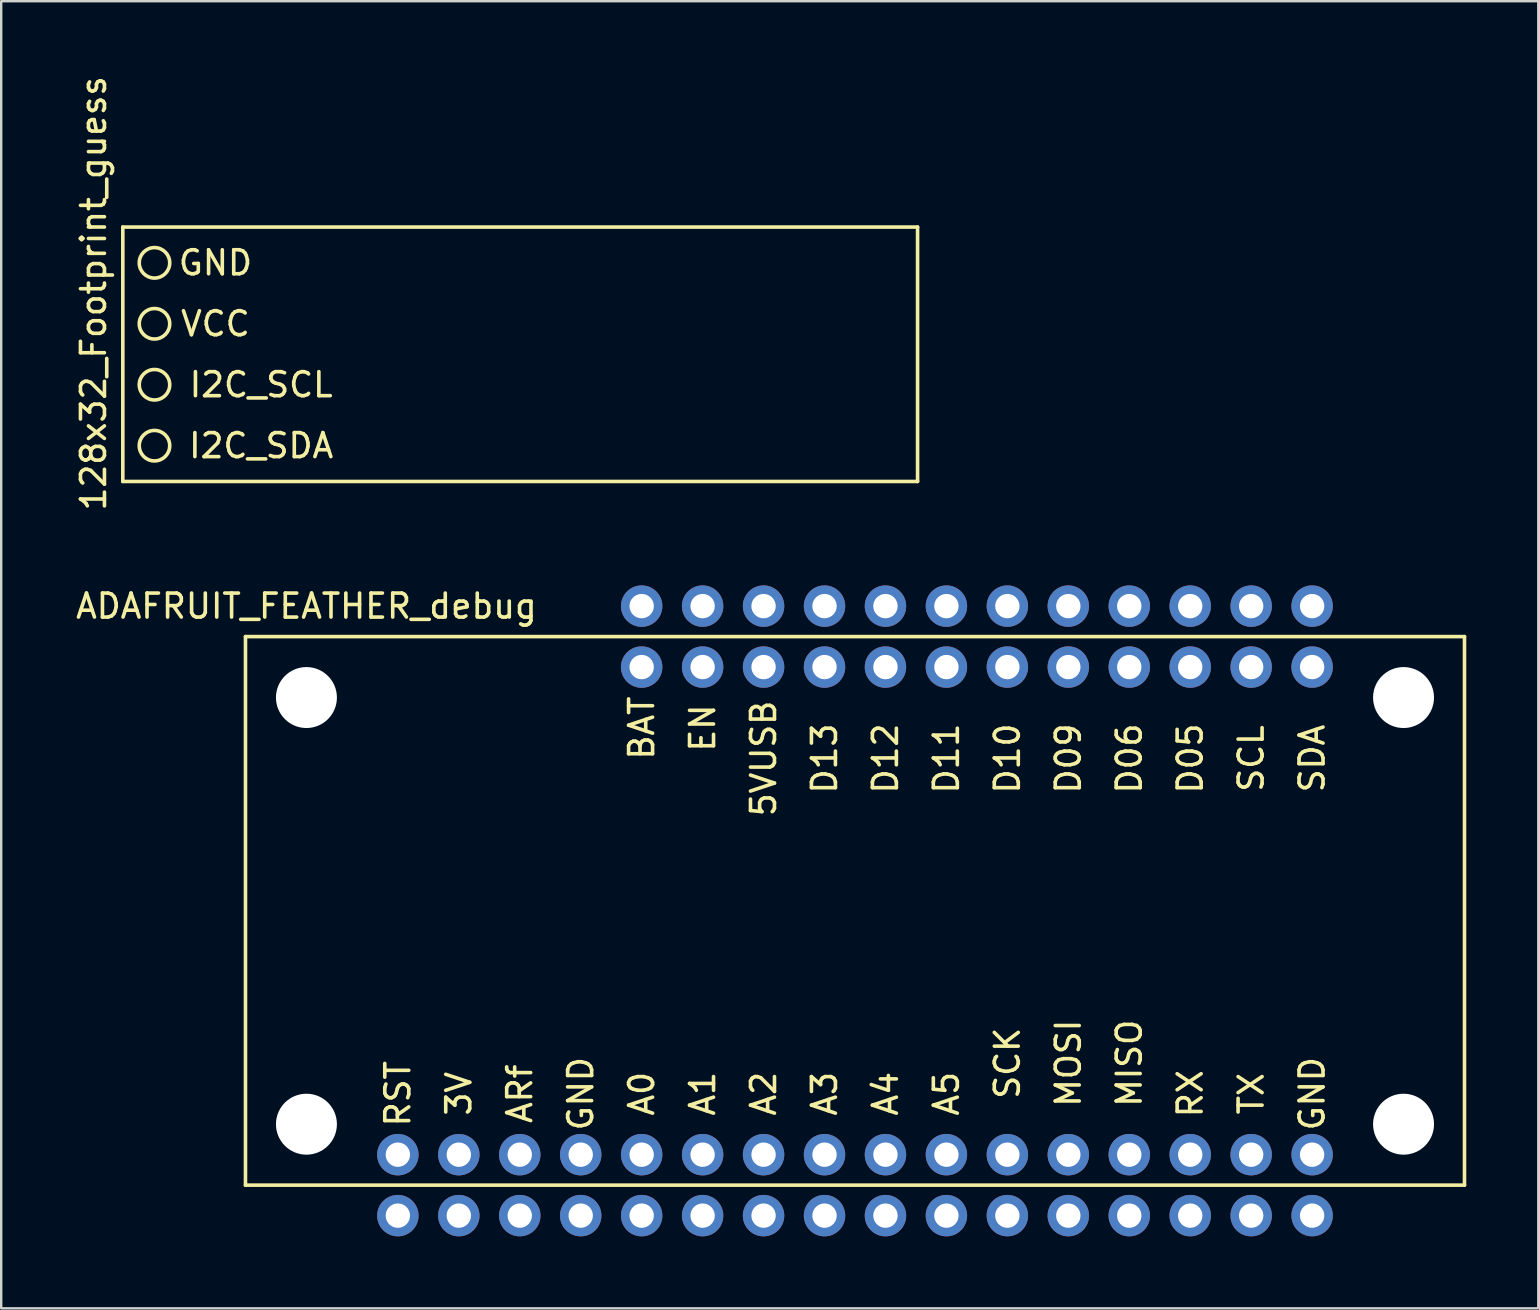
<source format=kicad_pcb>
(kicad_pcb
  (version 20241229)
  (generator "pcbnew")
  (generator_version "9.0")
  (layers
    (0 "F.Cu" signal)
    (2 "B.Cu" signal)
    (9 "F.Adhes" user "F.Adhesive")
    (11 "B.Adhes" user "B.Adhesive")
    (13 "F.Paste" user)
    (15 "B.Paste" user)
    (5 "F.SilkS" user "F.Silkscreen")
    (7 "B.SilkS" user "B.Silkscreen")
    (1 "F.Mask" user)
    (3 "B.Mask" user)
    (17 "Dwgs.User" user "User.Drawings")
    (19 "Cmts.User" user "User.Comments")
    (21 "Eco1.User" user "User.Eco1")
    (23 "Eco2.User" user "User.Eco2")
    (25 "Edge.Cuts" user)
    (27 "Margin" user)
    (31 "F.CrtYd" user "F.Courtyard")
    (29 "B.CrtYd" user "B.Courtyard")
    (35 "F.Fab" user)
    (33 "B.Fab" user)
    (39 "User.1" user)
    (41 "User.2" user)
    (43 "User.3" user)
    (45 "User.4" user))
  (footprint "ADAFRUIT_FEATHER_debug"
    (layer "F.Cu")
    (at 51.63 45.069)
    (property "Reference" "ADAFRUIT_FEATHER_debug" (at -41.91 -22.86 0) (layer "F.SilkS") (effects (font (size 1 1) (thickness 0.15))))
    (attr through_hole)
    (fp_line (start -44.45 -21.59) (end -44.45 1.27) (stroke (width 0.15) (type solid)) (layer "F.SilkS"))
    (fp_line (start -44.45 1.27) (end 6.35 1.27) (stroke (width 0.15) (type solid)) (layer "F.SilkS"))
    (fp_line (start 6.35 -21.59) (end -44.45 -21.59) (stroke (width 0.15) (type solid)) (layer "F.SilkS"))
    (fp_line (start 6.35 1.27) (end 6.35 -21.59) (stroke (width 0.15) (type solid)) (layer "F.SilkS"))
    (fp_text user "TX" (at -2.54 -2.54 90) (layer "F.SilkS") (effects (font (size 1 1) (thickness 0.15))))
    (fp_text user "RX" (at -5.08 -2.54 90) (layer "F.SilkS") (effects (font (size 1 1) (thickness 0.15))))
    (fp_text user "A3" (at -20.32 -2.54 90) (layer "F.SilkS") (effects (font (size 1 1) (thickness 0.15))))
    (fp_text user "RST" (at -38.1 -2.54 90) (layer "F.SilkS") (effects (font (size 1 1) (thickness 0.15))))
    (fp_text user "BAT" (at -27.94 -17.78 90) (layer "F.SilkS") (effects (font (size 1 1) (thickness 0.15))))
    (fp_text user "MISO" (at -7.62 -3.81 90) (layer "F.SilkS") (effects (font (size 1 1) (thickness 0.15))))
    (fp_text user "A2" (at -22.86 -2.54 90) (layer "F.SilkS") (effects (font (size 1 1) (thickness 0.15))))
    (fp_text user "D05" (at -5.08 -16.51 90) (layer "F.SilkS") (effects (font (size 1 1) (thickness 0.15))))
    (fp_text user "3V" (at -35.56 -2.54 90) (layer "F.SilkS") (effects (font (size 1 1) (thickness 0.15))))
    (fp_text user "D09" (at -10.16 -16.51 90) (layer "F.SilkS") (effects (font (size 1 1) (thickness 0.15))))
    (fp_text user "D13" (at -20.32 -16.51 90) (layer "F.SilkS") (effects (font (size 1 1) (thickness 0.15))))
    (fp_text user "MOSI" (at -10.16 -3.81 90) (layer "F.SilkS") (effects (font (size 1 1) (thickness 0.15))))
    (fp_text user "D12" (at -17.78 -16.51 90) (layer "F.SilkS") (effects (font (size 1 1) (thickness 0.15))))
    (fp_text user "SCK" (at -12.7 -3.81 90) (layer "F.SilkS") (effects (font (size 1 1) (thickness 0.15))))
    (fp_text user "D06" (at -7.62 -16.51 90) (layer "F.SilkS") (effects (font (size 1 1) (thickness 0.15))))
    (fp_text user "ARf" (at -33.02 -2.54 90) (layer "F.SilkS") (effects (font (size 1 1) (thickness 0.15))))
    (fp_text user "D11" (at -15.24 -16.51 90) (layer "F.SilkS") (effects (font (size 1 1) (thickness 0.15))))
    (fp_text user "SDA" (at 0 -16.51 90) (layer "F.SilkS") (effects (font (size 1 1) (thickness 0.15))))
    (fp_text user "A4" (at -17.78 -2.54 90) (layer "F.SilkS") (effects (font (size 1 1) (thickness 0.15))))
    (fp_text user "EN" (at -25.4 -17.78 90) (layer "F.SilkS") (effects (font (size 1 1) (thickness 0.15))))
    (fp_text user "5VUSB" (at -22.86 -16.51 90) (layer "F.SilkS") (effects (font (size 1 1) (thickness 0.15))))
    (fp_text user "GND" (at 0 -2.54 90) (layer "F.SilkS") (effects (font (size 1 1) (thickness 0.15))))
    (fp_text user "GND" (at -30.48 -2.54 90) (layer "F.SilkS") (effects (font (size 1 1) (thickness 0.15))))
    (fp_text user "A0" (at -27.94 -2.54 90) (layer "F.SilkS") (effects (font (size 1 1) (thickness 0.15))))
    (fp_text user "D10" (at -12.7 -16.51 90) (layer "F.SilkS") (effects (font (size 1 1) (thickness 0.15))))
    (fp_text user "SCL" (at -2.54 -16.51 90) (layer "F.SilkS") (effects (font (size 1 1) (thickness 0.15))))
    (fp_text user "A5" (at -15.24 -2.54 90) (layer "F.SilkS") (effects (font (size 1 1) (thickness 0.15))))
    (fp_text user "A1" (at -25.4 -2.54 90) (layer "F.SilkS") (effects (font (size 1 1) (thickness 0.15))))
    (pad "" np_thru_hole circle (at -41.91 -19.05) (size 2.54 2.54) (drill 2.54) (layers "*.Cu" "*.Mask"))
    (pad "" np_thru_hole circle (at -41.91 -1.27) (size 2.54 2.54) (drill 2.54) (layers "*.Cu" "*.Mask"))
    (pad "" np_thru_hole circle (at 3.81 -19.05) (size 2.54 2.54) (drill 2.54) (layers "*.Cu" "*.Mask"))
    (pad "" np_thru_hole circle (at 3.81 -1.27) (size 2.54 2.54) (drill 2.54) (layers "*.Cu" "*.Mask"))
    (pad "3V" thru_hole circle (at -35.56 0) (size 1.727 1.727) (drill 1.016) (layers "*.Cu" "*.Mask"))
    (pad "A0" thru_hole circle (at -27.94 0) (size 1.727 1.727) (drill 1.016) (layers "*.Cu" "*.Mask"))
    (pad "A1" thru_hole circle (at -25.4 0) (size 1.727 1.727) (drill 1.016) (layers "*.Cu" "*.Mask"))
    (pad "A2" thru_hole circle (at -22.86 0) (size 1.727 1.727) (drill 1.016) (layers "*.Cu" "*.Mask"))
    (pad "A3" thru_hole circle (at -20.32 0) (size 1.727 1.727) (drill 1.016) (layers "*.Cu" "*.Mask"))
    (pad "A4" thru_hole circle (at -17.78 0) (size 1.727 1.727) (drill 1.016) (layers "*.Cu" "*.Mask"))
    (pad "A5" thru_hole circle (at -15.24 0) (size 1.727 1.727) (drill 1.016) (layers "*.Cu" "*.Mask"))
    (pad "ARf" thru_hole circle (at -33.02 0) (size 1.727 1.727) (drill 1.016) (layers "*.Cu" "*.Mask"))
    (pad "BAT" thru_hole circle (at -27.94 -20.32) (size 1.727 1.727) (drill 1.016) (layers "*.Cu" "*.Mask"))
    (pad "D05" thru_hole circle (at -5.08 -20.32) (size 1.727 1.727) (drill 1.016) (layers "*.Cu" "*.Mask"))
    (pad "D06" thru_hole circle (at -7.62 -20.32) (size 1.727 1.727) (drill 1.016) (layers "*.Cu" "*.Mask"))
    (pad "D09" thru_hole circle (at -10.16 -20.32) (size 1.727 1.727) (drill 1.016) (layers "*.Cu" "*.Mask"))
    (pad "D10" thru_hole circle (at -12.7 -20.32) (size 1.727 1.727) (drill 1.016) (layers "*.Cu" "*.Mask"))
    (pad "D11" thru_hole circle (at -15.24 -20.32) (size 1.727 1.727) (drill 1.016) (layers "*.Cu" "*.Mask"))
    (pad "D12" thru_hole circle (at -17.78 -20.32) (size 1.727 1.727) (drill 1.016) (layers "*.Cu" "*.Mask"))
    (pad "D13" thru_hole circle (at -20.32 -20.32) (size 1.727 1.727) (drill 1.016) (layers "*.Cu" "*.Mask"))
    (pad "EN" thru_hole circle (at -25.4 -20.32) (size 1.727 1.727) (drill 1.016) (layers "*.Cu" "*.Mask"))
    (pad "GND" thru_hole circle (at -30.48 0) (size 1.727 1.727) (drill 1.016) (layers "*.Cu" "*.Mask"))
    (pad "GND" thru_hole circle (at 0 0) (size 1.727 1.727) (drill 1.016) (layers "*.Cu" "*.Mask"))
    (pad "MISO" thru_hole circle (at -7.62 0) (size 1.727 1.727) (drill 1.016) (layers "*.Cu" "*.Mask"))
    (pad "MOSI" thru_hole circle (at -10.16 0) (size 1.727 1.727) (drill 1.016) (layers "*.Cu" "*.Mask"))
    (pad "RST" thru_hole circle (at -38.1 0) (size 1.727 1.727) (drill 1.016) (layers "*.Cu" "*.Mask"))
    (pad "RX" thru_hole circle (at -5.08 0) (size 1.727 1.727) (drill 1.016) (layers "*.Cu" "*.Mask"))
    (pad "SCK" thru_hole circle (at -12.7 0) (size 1.727 1.727) (drill 1.016) (layers "*.Cu" "*.Mask"))
    (pad "SCL" thru_hole circle (at -2.54 -20.32) (size 1.727 1.727) (drill 1.016) (layers "*.Cu" "*.Mask"))
    (pad "SDA" thru_hole circle (at 0 -20.32) (size 1.727 1.727) (drill 1.016) (layers "*.Cu" "*.Mask"))
    (pad "TX" thru_hole circle (at -2.54 0) (size 1.727 1.727) (drill 1.016) (layers "*.Cu" "*.Mask"))
    (pad "USB" thru_hole circle (at -22.86 -20.32) (size 1.727 1.727) (drill 1.016) (layers "*.Cu" "*.Mask"))
    (pad "~" thru_hole circle (at -38.1 2.54) (size 1.727 1.727) (drill 1.016) (layers "*.Cu" "*.Mask"))
    (pad "~" thru_hole circle (at -35.56 2.54) (size 1.727 1.727) (drill 1.016) (layers "*.Cu" "*.Mask"))
    (pad "~" thru_hole circle (at -33.02 2.54) (size 1.727 1.727) (drill 1.016) (layers "*.Cu" "*.Mask"))
    (pad "~" thru_hole circle (at -30.48 2.54) (size 1.727 1.727) (drill 1.016) (layers "*.Cu" "*.Mask"))
    (pad "~" thru_hole circle (at -27.94 -22.86) (size 1.727 1.727) (drill 1.016) (layers "*.Cu" "*.Mask"))
    (pad "~" thru_hole circle (at -27.94 2.54) (size 1.727 1.727) (drill 1.016) (layers "*.Cu" "*.Mask"))
    (pad "~" thru_hole circle (at -25.4 -22.86) (size 1.727 1.727) (drill 1.016) (layers "*.Cu" "*.Mask"))
    (pad "~" thru_hole circle (at -25.4 2.54) (size 1.727 1.727) (drill 1.016) (layers "*.Cu" "*.Mask"))
    (pad "~" thru_hole circle (at -22.86 -22.86) (size 1.727 1.727) (drill 1.016) (layers "*.Cu" "*.Mask"))
    (pad "~" thru_hole circle (at -22.86 2.54) (size 1.727 1.727) (drill 1.016) (layers "*.Cu" "*.Mask"))
    (pad "~" thru_hole circle (at -20.32 -22.86) (size 1.727 1.727) (drill 1.016) (layers "*.Cu" "*.Mask"))
    (pad "~" thru_hole circle (at -20.32 2.54) (size 1.727 1.727) (drill 1.016) (layers "*.Cu" "*.Mask"))
    (pad "~" thru_hole circle (at -17.78 -22.86) (size 1.727 1.727) (drill 1.016) (layers "*.Cu" "*.Mask"))
    (pad "~" thru_hole circle (at -17.78 2.54) (size 1.727 1.727) (drill 1.016) (layers "*.Cu" "*.Mask"))
    (pad "~" thru_hole circle (at -15.24 -22.86) (size 1.727 1.727) (drill 1.016) (layers "*.Cu" "*.Mask"))
    (pad "~" thru_hole circle (at -15.24 2.54) (size 1.727 1.727) (drill 1.016) (layers "*.Cu" "*.Mask"))
    (pad "~" thru_hole circle (at -12.7 -22.86) (size 1.727 1.727) (drill 1.016) (layers "*.Cu" "*.Mask"))
    (pad "~" thru_hole circle (at -12.7 2.54) (size 1.727 1.727) (drill 1.016) (layers "*.Cu" "*.Mask"))
    (pad "~" thru_hole circle (at -10.16 -22.86) (size 1.727 1.727) (drill 1.016) (layers "*.Cu" "*.Mask"))
    (pad "~" thru_hole circle (at -10.16 2.54) (size 1.727 1.727) (drill 1.016) (layers "*.Cu" "*.Mask"))
    (pad "~" thru_hole circle (at -7.62 -22.86) (size 1.727 1.727) (drill 1.016) (layers "*.Cu" "*.Mask"))
    (pad "~" thru_hole circle (at -7.62 2.54) (size 1.727 1.727) (drill 1.016) (layers "*.Cu" "*.Mask"))
    (pad "~" thru_hole circle (at -5.08 -22.86) (size 1.727 1.727) (drill 1.016) (layers "*.Cu" "*.Mask"))
    (pad "~" thru_hole circle (at -5.08 2.54) (size 1.727 1.727) (drill 1.016) (layers "*.Cu" "*.Mask"))
    (pad "~" thru_hole circle (at -2.54 -22.86) (size 1.727 1.727) (drill 1.016) (layers "*.Cu" "*.Mask"))
    (pad "~" thru_hole circle (at -2.54 2.54) (size 1.727 1.727) (drill 1.016) (layers "*.Cu" "*.Mask"))
    (pad "~" thru_hole circle (at 0 -22.86) (size 1.727 1.727) (drill 1.016) (layers "*.Cu" "*.Mask"))
    (pad "~" thru_hole circle (at 0 2.54) (size 1.727 1.727) (drill 1.016) (layers "*.Cu" "*.Mask")))
  (footprint "128x32_Footprint_guess"
    (layer "F.Cu")
    (at 18.628 11.713)
    (property "Reference" "128x32_Footprint_guess" (at -17.78 -2.54 90) (layer "F.SilkS") (effects (font (size 1 1) (thickness 0.15))))
    (attr through_hole)
    (fp_line (start -16.56 -5.3) (end 16.56 -5.3) (stroke (width 0.15) (type solid)) (layer "F.SilkS"))
    (fp_line (start -16.56 5.3) (end -16.56 -5.3) (stroke (width 0.15) (type solid)) (layer "F.SilkS"))
    (fp_line (start 16.56 -5.3) (end 16.56 5.3) (stroke (width 0.15) (type solid)) (layer "F.SilkS"))
    (fp_line (start 16.56 5.3) (end -16.56 5.3) (stroke (width 0.15) (type solid)) (layer "F.SilkS"))
    (fp_circle (center -15.24 -3.81) (end -15.24 -4.445) (stroke (width 0.15) (type solid)) (fill no) (layer "F.SilkS"))
    (fp_circle (center -15.24 -1.27) (end -15.24 -1.905) (stroke (width 0.15) (type solid)) (fill no) (layer "F.SilkS"))
    (fp_circle (center -15.24 1.27) (end -15.24 0.635) (stroke (width 0.15) (type solid)) (fill no) (layer "F.SilkS"))
    (fp_circle (center -15.24 3.81) (end -15.24 3.175) (stroke (width 0.15) (type solid)) (fill no) (layer "F.SilkS"))
    (fp_text user "GND" (at -12.7 -3.81 0) (layer "F.SilkS") (effects (font (size 1 1) (thickness 0.15))))
    (fp_text user "VCC" (at -12.7 -1.27 0) (layer "F.SilkS") (effects (font (size 1 1) (thickness 0.15))))
    (fp_text user "I2C_SDA" (at -10.795 3.81 0) (layer "F.SilkS") (effects (font (size 1 1) (thickness 0.15))))
    (fp_text user "I2C_SCL" (at -10.795 1.27 0) (layer "F.SilkS") (effects (font (size 1 1) (thickness 0.15)))))
  (gr_rect
    (start -3 -3)
    (end 61.055 51.472)
    (stroke (width 0.1) (type default))
    (fill no)
    (layer "Edge.Cuts")))
</source>
